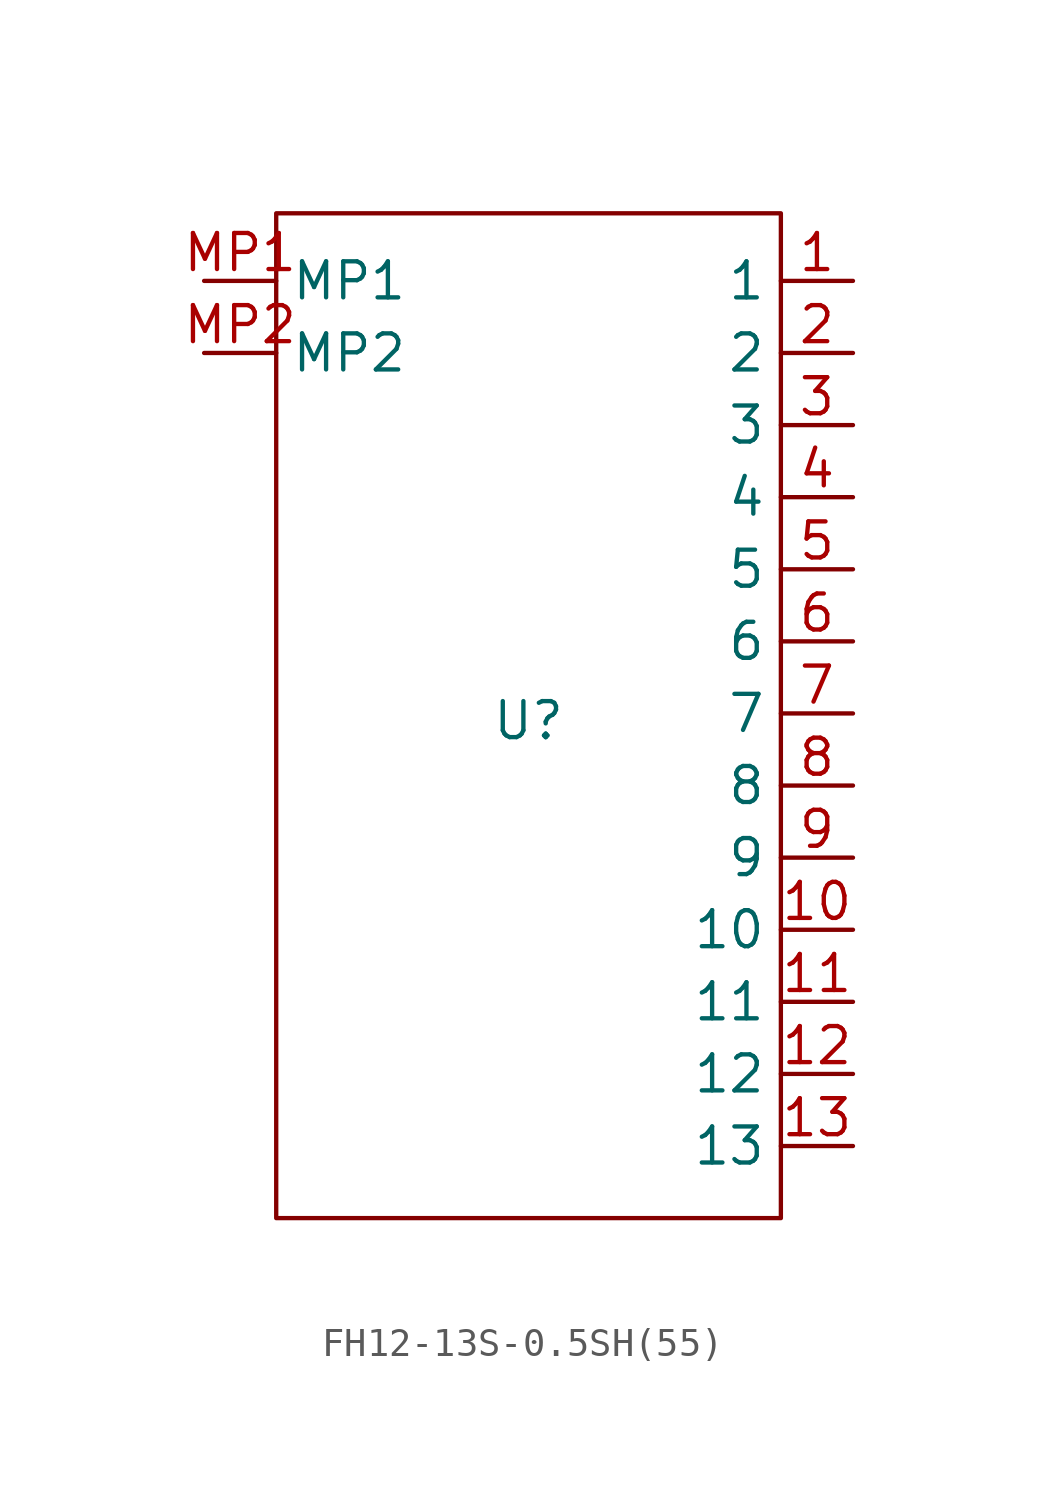
<source format=kicad_sym>
(kicad_symbol_lib
  (version 20241209)
  (generator "kicad_symbol_editor")
  (generator_version "9.0")
  (symbol "FH12-13S-0.5SH(55)"
    (property "Reference" "U"
      (at 0 -5.334 0)
      (effects (font (size 1.27 1.27))))
    (property "Value" ""
      (at 0 0 0)
      (effects (font (size 1.27 1.27))))
    (symbol "FH12-13S-0.5SH(55)_1_1"
      (rectangle (start -8.89 12.541) (end 8.89 -22.86) (stroke (width 0) (type solid)) (fill (type none)))
      (pin output line (at -11.43 10.16 0) (length 2.54) (name "MP1" (effects (font (size 1.27 1.27)))) (number "MP1" (effects (font (size 1.27 1.27)))))
      (pin output line (at -11.43 7.62 0) (length 2.54) (name "MP2" (effects (font (size 1.27 1.27)))) (number "MP2" (effects (font (size 1.27 1.27)))))
      (pin bidirectional line (at 11.43 10.16 180) (length 2.54) (name "1" (effects (font (size 1.27 1.27)))) (number "1" (effects (font (size 1.27 1.27)))))
      (pin bidirectional line (at 11.43 7.62 180) (length 2.54) (name "2" (effects (font (size 1.27 1.27)))) (number "2" (effects (font (size 1.27 1.27)))))
      (pin bidirectional line (at 11.43 5.08 180) (length 2.54) (name "3" (effects (font (size 1.27 1.27)))) (number "3" (effects (font (size 1.27 1.27)))))
      (pin bidirectional line (at 11.43 2.54 180) (length 2.54) (name "4" (effects (font (size 1.27 1.27)))) (number "4" (effects (font (size 1.27 1.27)))))
      (pin bidirectional line (at 11.43 0 180) (length 2.54) (name "5" (effects (font (size 1.27 1.27)))) (number "5" (effects (font (size 1.27 1.27)))))
      (pin bidirectional line (at 11.43 -2.54 180) (length 2.54) (name "6" (effects (font (size 1.27 1.27)))) (number "6" (effects (font (size 1.27 1.27)))))
      (pin bidirectional line (at 11.43 -5.08 180) (length 2.54) (name "7" (effects (font (size 1.27 1.27)))) (number "7" (effects (font (size 1.27 1.27)))))
      (pin bidirectional line (at 11.43 -7.62 180) (length 2.54) (name "8" (effects (font (size 1.27 1.27)))) (number "8" (effects (font (size 1.27 1.27)))))
      (pin bidirectional line (at 11.43 -10.16 180) (length 2.54) (name "9" (effects (font (size 1.27 1.27)))) (number "9" (effects (font (size 1.27 1.27)))))
      (pin bidirectional line (at 11.43 -12.7 180) (length 2.54) (name "10" (effects (font (size 1.27 1.27)))) (number "10" (effects (font (size 1.27 1.27)))))
      (pin bidirectional line (at 11.43 -15.24 180) (length 2.54) (name "11" (effects (font (size 1.27 1.27)))) (number "11" (effects (font (size 1.27 1.27)))))
      (pin bidirectional line (at 11.43 -17.78 180) (length 2.54) (name "12" (effects (font (size 1.27 1.27)))) (number "12" (effects (font (size 1.27 1.27)))))
      (pin bidirectional line (at 11.43 -20.32 180) (length 2.54) (name "13" (effects (font (size 1.27 1.27)))) (number "13" (effects (font (size 1.27 1.27))))))))
</source>
